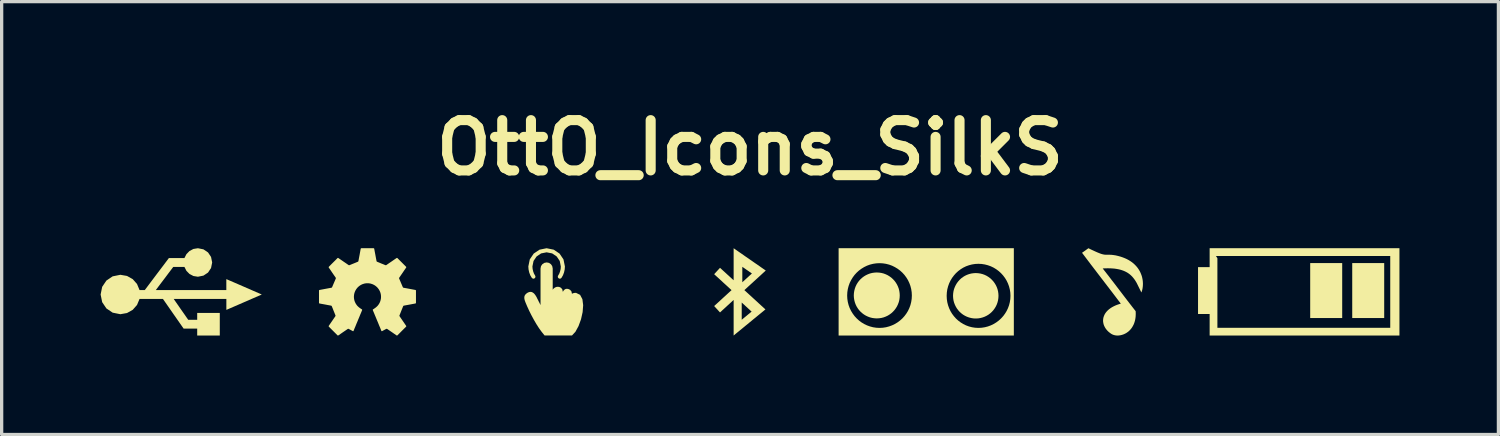
<source format=kicad_pcb>
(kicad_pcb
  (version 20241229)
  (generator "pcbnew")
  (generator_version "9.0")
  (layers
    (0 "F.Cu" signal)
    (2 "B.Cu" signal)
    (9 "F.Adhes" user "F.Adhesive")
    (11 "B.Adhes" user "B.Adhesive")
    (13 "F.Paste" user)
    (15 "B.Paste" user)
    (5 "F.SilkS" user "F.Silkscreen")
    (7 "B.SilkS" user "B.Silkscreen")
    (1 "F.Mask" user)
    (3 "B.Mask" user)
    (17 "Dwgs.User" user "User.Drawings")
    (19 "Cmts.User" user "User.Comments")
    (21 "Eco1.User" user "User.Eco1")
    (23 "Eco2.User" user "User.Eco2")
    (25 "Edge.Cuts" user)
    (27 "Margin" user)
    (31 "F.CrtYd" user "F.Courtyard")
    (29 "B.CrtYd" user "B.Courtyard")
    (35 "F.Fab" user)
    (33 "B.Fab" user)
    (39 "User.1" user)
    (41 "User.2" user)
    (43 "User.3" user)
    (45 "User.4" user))
  (footprint "OttO_Icons_SilkS"
    (layer "F.Cu")
    (at 19.684 5.797)
    (property "Reference" "OttO_Icons_SilkS" (at 0 -4.371 0) (layer "F.SilkS") (effects (font (size 1.524 1.524) (thickness 0.305))))
    (attr smd)
    (fp_poly (pts (xy 7.531 0.119) (xy 7.527 0.189) (xy 7.517 0.258) (xy 7.5 0.324) (xy 7.477 0.387) (xy 7.448 0.447) (xy 7.413 0.504) (xy 7.374 0.557) (xy 7.329 0.606) (xy 7.281 0.65) (xy 7.228 0.69) (xy 7.171 0.724) (xy 7.111 0.753) (xy 7.047 0.776) (xy 6.981 0.793) (xy 6.913 0.804) (xy 6.842 0.807) (xy 6.772 0.804) (xy 6.704 0.793) (xy 6.638 0.776) (xy 6.574 0.753) (xy 6.514 0.724) (xy 6.457 0.69) (xy 6.404 0.65) (xy 6.355 0.606) (xy 6.311 0.557) (xy 6.271 0.504) (xy 6.237 0.447) (xy 6.208 0.387) (xy 6.184 0.324) (xy 6.167 0.258) (xy 6.157 0.189) (xy 6.153 0.119) (xy 6.157 0.049) (xy 6.167 -0.02) (xy 6.184 -0.086) (xy 6.208 -0.149) (xy 6.237 -0.209) (xy 6.271 -0.266) (xy 6.311 -0.319) (xy 6.355 -0.368) (xy 6.404 -0.413) (xy 6.457 -0.452) (xy 6.514 -0.487) (xy 6.575 -0.516) (xy 6.638 -0.539) (xy 6.704 -0.556) (xy 6.772 -0.566) (xy 6.842 -0.57) (xy 6.913 -0.566) (xy 6.981 -0.556) (xy 7.047 -0.539) (xy 7.111 -0.516) (xy 7.171 -0.487) (xy 7.228 -0.452) (xy 7.281 -0.413) (xy 7.329 -0.368) (xy 7.374 -0.319) (xy 7.413 -0.266) (xy 7.448 -0.209) (xy 7.477 -0.149) (xy 7.5 -0.086) (xy 7.517 -0.02) (xy 7.527 0.049) (xy 7.531 0.119)) (stroke (width 0) (type solid)) (fill yes) (layer "F.SilkS"))
    (fp_poly (pts (xy 16.979 0.793) (xy 16.979 0.688) (xy 16.979 0.584) (xy 16.979 0.48) (xy 16.979 0.376) (xy 16.979 0.272) (xy 16.979 0.168) (xy 16.979 0.064) (xy 16.979 -0.04) (xy 16.979 -0.144) (xy 16.979 -0.248) (xy 16.979 -0.353) (xy 16.979 -0.457) (xy 16.979 -0.561) (xy 16.979 -0.665) (xy 16.979 -0.769) (xy 16.979 -0.873) (xy 17.039 -0.873) (xy 17.1 -0.873) (xy 17.16 -0.873) (xy 17.221 -0.873) (xy 17.282 -0.873) (xy 17.342 -0.873) (xy 17.403 -0.873) (xy 17.464 -0.873) (xy 17.524 -0.873) (xy 17.585 -0.873) (xy 17.646 -0.873) (xy 17.706 -0.873) (xy 17.767 -0.873) (xy 17.827 -0.873) (xy 17.888 -0.873) (xy 17.949 -0.873) (xy 17.949 -0.769) (xy 17.949 -0.665) (xy 17.949 -0.561) (xy 17.949 -0.457) (xy 17.949 -0.353) (xy 17.949 -0.248) (xy 17.949 -0.144) (xy 17.949 -0.04) (xy 17.949 0.064) (xy 17.949 0.168) (xy 17.949 0.272) (xy 17.949 0.376) (xy 17.949 0.48) (xy 17.949 0.584) (xy 17.949 0.688) (xy 17.949 0.793) (xy 17.888 0.793) (xy 17.827 0.793) (xy 17.767 0.793) (xy 17.706 0.793) (xy 17.646 0.793) (xy 17.585 0.793) (xy 17.524 0.793) (xy 17.464 0.793) (xy 17.403 0.793) (xy 17.342 0.793) (xy 17.282 0.793) (xy 17.221 0.793) (xy 17.16 0.793) (xy 17.1 0.793) (xy 17.039 0.793) (xy 16.979 0.793)) (stroke (width 0) (type solid)) (fill yes) (layer "F.SilkS"))
    (fp_poly (pts (xy 18.253 0.793) (xy 18.253 0.688) (xy 18.253 0.584) (xy 18.253 0.48) (xy 18.253 0.376) (xy 18.253 0.272) (xy 18.253 0.168) (xy 18.253 0.064) (xy 18.253 -0.04) (xy 18.253 -0.144) (xy 18.253 -0.248) (xy 18.253 -0.353) (xy 18.253 -0.457) (xy 18.253 -0.561) (xy 18.253 -0.665) (xy 18.253 -0.769) (xy 18.253 -0.873) (xy 18.313 -0.873) (xy 18.374 -0.873) (xy 18.435 -0.873) (xy 18.495 -0.873) (xy 18.556 -0.873) (xy 18.616 -0.873) (xy 18.677 -0.873) (xy 18.737 -0.873) (xy 18.798 -0.873) (xy 18.859 -0.873) (xy 18.919 -0.873) (xy 18.98 -0.873) (xy 19.04 -0.873) (xy 19.101 -0.873) (xy 19.162 -0.873) (xy 19.222 -0.873) (xy 19.222 -0.769) (xy 19.222 -0.665) (xy 19.222 -0.561) (xy 19.222 -0.457) (xy 19.222 -0.353) (xy 19.222 -0.248) (xy 19.222 -0.144) (xy 19.222 -0.04) (xy 19.222 0.064) (xy 19.222 0.168) (xy 19.222 0.272) (xy 19.222 0.376) (xy 19.222 0.48) (xy 19.222 0.584) (xy 19.222 0.688) (xy 19.222 0.793) (xy 19.162 0.793) (xy 19.101 0.793) (xy 19.04 0.793) (xy 18.98 0.793) (xy 18.919 0.793) (xy 18.859 0.793) (xy 18.798 0.793) (xy 18.737 0.793) (xy 18.677 0.793) (xy 18.616 0.793) (xy 18.556 0.793) (xy 18.495 0.793) (xy 18.435 0.793) (xy 18.374 0.793) (xy 18.313 0.793) (xy 18.253 0.793)) (stroke (width 0) (type solid)) (fill yes) (layer "F.SilkS"))
    (fp_poly (pts (xy 4.538 0.108) (xy 4.534 0.179) (xy 4.524 0.249) (xy 4.507 0.315) (xy 4.483 0.379) (xy 4.454 0.44) (xy 4.419 0.497) (xy 4.379 0.551) (xy 4.334 0.6) (xy 4.285 0.645) (xy 4.231 0.685) (xy 4.174 0.72) (xy 4.113 0.749) (xy 4.049 0.773) (xy 3.982 0.79) (xy 3.913 0.8) (xy 3.842 0.804) (xy 3.771 0.8) (xy 3.702 0.79) (xy 3.635 0.773) (xy 3.571 0.749) (xy 3.51 0.72) (xy 3.452 0.685) (xy 3.399 0.645) (xy 3.349 0.6) (xy 3.304 0.551) (xy 3.264 0.497) (xy 3.229 0.44) (xy 3.2 0.379) (xy 3.177 0.315) (xy 3.16 0.249) (xy 3.149 0.179) (xy 3.145 0.108) (xy 3.149 0.037) (xy 3.16 -0.032) (xy 3.177 -0.099) (xy 3.2 -0.163) (xy 3.229 -0.224) (xy 3.264 -0.281) (xy 3.304 -0.335) (xy 3.349 -0.384) (xy 3.399 -0.429) (xy 3.452 -0.469) (xy 3.51 -0.504) (xy 3.571 -0.533) (xy 3.635 -0.557) (xy 3.702 -0.574) (xy 3.771 -0.584) (xy 3.842 -0.588) (xy 3.913 -0.584) (xy 3.982 -0.574) (xy 4.049 -0.557) (xy 4.113 -0.533) (xy 4.174 -0.504) (xy 4.231 -0.469) (xy 4.285 -0.429) (xy 4.334 -0.384) (xy 4.379 -0.335) (xy 4.419 -0.281) (xy 4.454 -0.224) (xy 4.483 -0.163) (xy 4.507 -0.099) (xy 4.524 -0.032) (xy 4.534 0.037) (xy 4.538 0.108) (xy 4.538 0.108)) (stroke (width 0) (type solid)) (fill yes) (layer "F.SilkS"))
    (fp_poly (pts (xy -14.799 0.08) (xy -15.067 -0.037) (xy -15.336 -0.154) (xy -15.605 -0.271) (xy -15.874 -0.387) (xy -15.874 -0.304) (xy -15.874 -0.221) (xy -15.874 -0.137) (xy -15.874 -0.054) (xy -16.408 -0.054) (xy -16.943 -0.054) (xy -17.478 -0.054) (xy -18.012 -0.054) (xy -17.88 -0.23) (xy -17.747 -0.405) (xy -17.615 -0.581) (xy -17.482 -0.757) (xy -17.397 -0.757) (xy -17.313 -0.757) (xy -17.228 -0.757) (xy -17.144 -0.757) (xy -17.083 -0.637) (xy -16.99 -0.543) (xy -16.872 -0.481) (xy -16.735 -0.459) (xy -16.567 -0.493) (xy -16.429 -0.585) (xy -16.337 -0.723) (xy -16.303 -0.891) (xy -16.337 -1.059) (xy -16.429 -1.196) (xy -16.567 -1.289) (xy -16.735 -1.323) (xy -16.872 -1.301) (xy -16.99 -1.239) (xy -17.083 -1.144) (xy -17.144 -1.025) (xy -17.262 -1.025) (xy -17.38 -1.025) (xy -17.497 -1.025) (xy -17.615 -1.025) (xy -17.798 -0.782) (xy -17.981 -0.54) (xy -18.164 -0.297) (xy -18.346 -0.054) (xy -18.386 -0.054) (xy -18.425 -0.054) (xy -18.465 -0.054) (xy -18.504 -0.054) (xy -18.581 -0.239) (xy -18.711 -0.386) (xy -18.884 -0.483) (xy -19.086 -0.518) (xy -19.319 -0.471) (xy -19.509 -0.343) (xy -19.637 -0.153) (xy -19.684 0.08) (xy -19.637 0.312) (xy -19.509 0.502) (xy -19.319 0.63) (xy -19.086 0.677) (xy -18.884 0.641) (xy -18.711 0.544) (xy -18.581 0.397) (xy -18.504 0.213) (xy -18.327 0.213) (xy -18.15 0.213) (xy -17.973 0.213) (xy -17.796 0.213) (xy -17.639 0.438) (xy -17.482 0.664) (xy -17.325 0.889) (xy -17.168 1.114) (xy -17.065 1.114) (xy -16.962 1.114) (xy -16.86 1.114) (xy -16.757 1.114) (xy -16.757 1.167) (xy -16.757 1.219) (xy -16.757 1.271) (xy -16.757 1.323) (xy -16.586 1.323) (xy -16.414 1.323) (xy -16.243 1.323) (xy -16.072 1.323) (xy -16.072 1.152) (xy -16.072 0.981) (xy -16.072 0.81) (xy -16.072 0.639) (xy -16.243 0.639) (xy -16.414 0.639) (xy -16.586 0.639) (xy -16.757 0.639) (xy -16.757 0.691) (xy -16.757 0.743) (xy -16.757 0.795) (xy -16.757 0.847) (xy -16.825 0.847) (xy -16.893 0.847) (xy -16.961 0.847) (xy -17.029 0.847) (xy -17.139 0.688) (xy -17.25 0.53) (xy -17.36 0.371) (xy -17.47 0.213) (xy -17.071 0.213) (xy -16.672 0.213) (xy -16.273 0.213) (xy -15.873 0.213) (xy -15.873 0.296) (xy -15.873 0.379) (xy -15.873 0.463) (xy -15.873 0.546) (xy -15.605 0.43) (xy -15.336 0.313) (xy -15.067 0.196) (xy -14.799 0.08)) (stroke (width 0) (type solid)) (fill yes) (layer "F.SilkS"))
    (fp_poly (pts (xy -6.166 -1.323) (xy -6.381 -1.279) (xy -6.557 -1.161) (xy -6.676 -0.985) (xy -6.72 -0.77) (xy -6.689 0.004) (xy -6.72 0.015) (xy -6.75 0.03) (xy -6.781 0.053) (xy -6.806 0.077) (xy -6.825 0.103) (xy -6.837 0.133) (xy -6.842 0.167) (xy -6.84 0.207) (xy -6.83 0.253) (xy -6.811 0.307) (xy -6.756 0.438) (xy -6.694 0.573) (xy -6.626 0.709) (xy -6.553 0.844) (xy -6.477 0.975) (xy -6.396 1.101) (xy -6.312 1.217) (xy -6.227 1.322) (xy -6.123 1.322) (xy -6.019 1.322) (xy -5.916 1.322) (xy -5.812 1.322) (xy -5.708 1.322) (xy -5.604 1.322) (xy -5.501 1.322) (xy -5.397 1.322) (xy -5.291 1.207) (xy -5.198 1.036) (xy -5.123 0.831) (xy -5.074 0.613) (xy -5.058 0.403) (xy -5.081 0.222) (xy -5.151 0.09) (xy -5.273 0.03) (xy -5.288 0.03) (xy -5.305 0.03) (xy -5.322 0.032) (xy -5.339 0.035) (xy -5.356 0.039) (xy -5.371 0.044) (xy -5.385 0.051) (xy -5.397 0.06) (xy -5.414 -0.016) (xy -5.456 -0.063) (xy -5.507 -0.087) (xy -5.551 -0.094) (xy -5.588 -0.088) (xy -5.621 -0.07) (xy -5.649 -0.042) (xy -5.674 -0.002) (xy -5.691 -0.078) (xy -5.731 -0.125) (xy -5.781 -0.149) (xy -5.827 -0.155) (xy -5.872 -0.149) (xy -5.916 -0.13) (xy -5.954 -0.1) (xy -5.969 -0.082) (xy -5.981 -0.063) (xy -5.981 -0.143) (xy -5.981 -0.224) (xy -5.981 -0.305) (xy -5.981 -0.386) (xy -5.981 -0.467) (xy -5.981 -0.547) (xy -5.981 -0.628) (xy -5.981 -0.709) (xy -5.996 -0.781) (xy -6.035 -0.839) (xy -6.094 -0.879) (xy -6.166 -0.893) (xy -6.166 -0.892) (xy -6.238 -0.878) (xy -6.296 -0.838) (xy -6.336 -0.78) (xy -6.35 -0.708) (xy -6.35 -0.639) (xy -6.35 -0.569) (xy -6.35 -0.5) (xy -6.35 -0.431) (xy -6.35 -0.362) (xy -6.35 -0.293) (xy -6.35 -0.223) (xy -6.35 -0.154) (xy -6.35 -0.085) (xy -6.35 -0.016) (xy -6.35 0.053) (xy -6.35 0.123) (xy -6.35 0.192) (xy -6.35 0.261) (xy -6.35 0.33) (xy -6.35 0.399) (xy -6.354 0.392) (xy -6.358 0.384) (xy -6.362 0.376) (xy -6.366 0.368) (xy -6.37 0.361) (xy -6.373 0.353) (xy -6.377 0.345) (xy -6.381 0.337) (xy -6.397 0.307) (xy -6.412 0.276) (xy -6.427 0.245) (xy -6.443 0.215) (xy -6.458 0.184) (xy -6.473 0.153) (xy -6.511 0.092) (xy -6.548 0.048) (xy -6.585 0.02) (xy -6.621 0.004) (xy -6.655 -0.000254) (xy -6.689 0.004) (xy -6.72 -0.77) (xy -6.713 -0.678) (xy -6.693 -0.588) (xy -6.661 -0.503) (xy -6.615 -0.426) (xy -6.597 -0.41) (xy -6.575 -0.401) (xy -6.552 -0.401) (xy -6.529 -0.412) (xy -6.513 -0.429) (xy -6.505 -0.451) (xy -6.506 -0.475) (xy -6.516 -0.497) (xy -6.549 -0.554) (xy -6.574 -0.623) (xy -6.59 -0.696) (xy -6.596 -0.769) (xy -6.562 -0.937) (xy -6.47 -1.073) (xy -6.333 -1.166) (xy -6.166 -1.199) (xy -5.997 -1.166) (xy -5.86 -1.073) (xy -5.768 -0.937) (xy -5.735 -0.769) (xy -5.74 -0.696) (xy -5.757 -0.623) (xy -5.782 -0.554) (xy -5.815 -0.497) (xy -5.825 -0.475) (xy -5.826 -0.451) (xy -5.818 -0.429) (xy -5.801 -0.412) (xy -5.779 -0.401) (xy -5.755 -0.401) (xy -5.733 -0.409) (xy -5.715 -0.426) (xy -5.67 -0.503) (xy -5.638 -0.588) (xy -5.618 -0.678) (xy -5.611 -0.77) (xy -5.655 -0.985) (xy -5.774 -1.161) (xy -5.95 -1.279) (xy -6.166 -1.323) (xy -6.166 -1.323)) (stroke (width 0) (type solid)) (fill yes) (layer "F.SilkS"))
    (fp_poly (pts (xy 11.862 0.018) (xy 11.722 -0.266) (xy 11.703 -0.299) (xy 11.683 -0.332) (xy 11.662 -0.364) (xy 11.639 -0.396) (xy 11.615 -0.426) (xy 11.59 -0.456) (xy 11.563 -0.484) (xy 11.534 -0.511) (xy 11.503 -0.537) (xy 11.47 -0.561) (xy 11.435 -0.584) (xy 11.397 -0.605) (xy 11.356 -0.625) (xy 11.313 -0.643) (xy 11.267 -0.659) (xy 11.217 -0.674) (xy 11.164 -0.686) (xy 11.108 -0.696) (xy 11.048 -0.705) (xy 10.985 -0.71) (xy 10.917 -0.714) (xy 10.845 -0.715) (xy 10.77 -0.714) (xy 10.689 -0.71) (xy 10.693 -0.705) (xy 10.697 -0.7) (xy 10.701 -0.695) (xy 10.705 -0.69) (xy 10.709 -0.685) (xy 10.713 -0.68) (xy 10.717 -0.675) (xy 10.721 -0.67) (xy 10.752 -0.63) (xy 10.784 -0.59) (xy 10.815 -0.549) (xy 10.847 -0.509) (xy 10.878 -0.469) (xy 10.909 -0.428) (xy 10.94 -0.388) (xy 10.971 -0.347) (xy 11.003 -0.307) (xy 11.034 -0.266) (xy 11.065 -0.226) (xy 11.096 -0.185) (xy 11.127 -0.144) (xy 11.158 -0.104) (xy 11.189 -0.063) (xy 11.22 -0.022) (xy 11.251 0.018) (xy 11.282 0.059) (xy 11.313 0.1) (xy 11.344 0.14) (xy 11.375 0.181) (xy 11.391 0.201) (xy 11.406 0.221) (xy 11.422 0.242) (xy 11.437 0.262) (xy 11.441 0.267) (xy 11.445 0.272) (xy 11.449 0.277) (xy 11.453 0.282) (xy 11.457 0.287) (xy 11.461 0.292) (xy 11.465 0.297) (xy 11.469 0.302) (xy 11.472 0.307) (xy 11.476 0.312) (xy 11.48 0.317) (xy 11.484 0.323) (xy 11.488 0.328) (xy 11.492 0.333) (xy 11.496 0.338) (xy 11.5 0.343) (xy 11.515 0.363) (xy 11.531 0.383) (xy 11.547 0.403) (xy 11.562 0.423) (xy 11.578 0.444) (xy 11.594 0.464) (xy 11.609 0.484) (xy 11.625 0.504) (xy 11.641 0.524) (xy 11.656 0.544) (xy 11.672 0.564) (xy 11.688 0.584) (xy 11.691 0.644) (xy 11.69 0.702) (xy 11.687 0.756) (xy 11.68 0.809) (xy 11.671 0.858) (xy 11.658 0.905) (xy 11.644 0.949) (xy 11.627 0.99) (xy 11.607 1.029) (xy 11.586 1.066) (xy 11.563 1.1) (xy 11.539 1.131) (xy 11.512 1.16) (xy 11.485 1.187) (xy 11.456 1.211) (xy 11.426 1.232) (xy 11.396 1.252) (xy 11.364 1.268) (xy 11.333 1.283) (xy 11.3 1.295) (xy 11.268 1.305) (xy 11.236 1.313) (xy 11.204 1.318) (xy 11.172 1.322) (xy 11.14 1.323) (xy 11.11 1.322) (xy 11.08 1.319) (xy 11.051 1.313) (xy 11.023 1.306) (xy 10.997 1.296) (xy 10.972 1.285) (xy 10.948 1.271) (xy 10.915 1.248) (xy 10.883 1.223) (xy 10.854 1.198) (xy 10.827 1.17) (xy 10.803 1.142) (xy 10.781 1.113) (xy 10.762 1.083) (xy 10.745 1.052) (xy 10.731 1.021) (xy 10.719 0.989) (xy 10.711 0.956) (xy 10.705 0.923) (xy 10.701 0.89) (xy 10.701 0.857) (xy 10.704 0.824) (xy 10.709 0.79) (xy 10.718 0.757) (xy 10.73 0.725) (xy 10.744 0.692) (xy 10.762 0.66) (xy 10.783 0.629) (xy 10.807 0.599) (xy 10.835 0.569) (xy 10.866 0.54) (xy 10.9 0.513) (xy 10.938 0.486) (xy 10.979 0.461) (xy 11.024 0.437) (xy 11.072 0.414) (xy 11.124 0.393) (xy 11.179 0.374) (xy 11.238 0.357) (xy 11.22 0.332) (xy 11.201 0.307) (xy 11.182 0.282) (xy 11.163 0.258) (xy 11.145 0.233) (xy 11.126 0.209) (xy 11.089 0.16) (xy 11.052 0.111) (xy 11.015 0.063) (xy 10.979 0.015) (xy 10.942 -0.033) (xy 10.905 -0.081) (xy 10.869 -0.129) (xy 10.832 -0.176) (xy 10.796 -0.224) (xy 10.759 -0.271) (xy 10.723 -0.319) (xy 10.687 -0.366) (xy 10.65 -0.413) (xy 10.614 -0.461) (xy 10.578 -0.508) (xy 10.541 -0.556) (xy 10.505 -0.603) (xy 10.469 -0.651) (xy 10.432 -0.698) (xy 10.396 -0.746) (xy 10.359 -0.794) (xy 10.322 -0.842) (xy 10.286 -0.891) (xy 10.249 -0.939) (xy 10.212 -0.988) (xy 10.175 -1.037) (xy 10.138 -1.086) (xy 10.1 -1.136) (xy 10.063 -1.185) (xy 10.112 -1.219) (xy 10.16 -1.253) (xy 10.208 -1.288) (xy 10.257 -1.323) (xy 10.312 -1.296) (xy 10.362 -1.272) (xy 10.408 -1.251) (xy 10.451 -1.231) (xy 10.489 -1.214) (xy 10.525 -1.198) (xy 10.557 -1.185) (xy 10.587 -1.173) (xy 10.613 -1.163) (xy 10.638 -1.154) (xy 10.66 -1.147) (xy 10.681 -1.141) (xy 10.7 -1.137) (xy 10.717 -1.133) (xy 10.734 -1.13) (xy 10.749 -1.128) (xy 10.764 -1.127) (xy 10.779 -1.126) (xy 10.793 -1.126) (xy 10.807 -1.126) (xy 10.822 -1.126) (xy 10.837 -1.126) (xy 10.854 -1.126) (xy 10.871 -1.126) (xy 10.889 -1.126) (xy 10.91 -1.125) (xy 10.932 -1.124) (xy 10.956 -1.123) (xy 10.982 -1.12) (xy 11.011 -1.117) (xy 11.043 -1.112) (xy 11.077 -1.107) (xy 11.155 -1.089) (xy 11.228 -1.069) (xy 11.296 -1.046) (xy 11.36 -1.021) (xy 11.42 -0.994) (xy 11.476 -0.964) (xy 11.528 -0.932) (xy 11.576 -0.899) (xy 11.62 -0.864) (xy 11.66 -0.827) (xy 11.697 -0.789) (xy 11.731 -0.75) (xy 11.761 -0.71) (xy 11.788 -0.669) (xy 11.812 -0.628) (xy 11.833 -0.586) (xy 11.851 -0.543) (xy 11.867 -0.501) (xy 11.88 -0.459) (xy 11.89 -0.416) (xy 11.898 -0.374) (xy 11.904 -0.333) (xy 11.907 -0.292) (xy 11.909 -0.252) (xy 11.908 -0.213) (xy 11.906 -0.175) (xy 11.902 -0.139) (xy 11.897 -0.104) (xy 11.89 -0.07) (xy 11.882 -0.039) (xy 11.872 -0.009) (xy 11.869 -0.002) (xy 11.867 0.005) (xy 11.864 0.012) (xy 11.861 0.018) (xy 11.862 0.018)) (stroke (width 0) (type solid)) (fill yes) (layer "F.SilkS"))
    (fp_poly (pts (xy -0.497 -1.323) (xy 0.057 -0.558) (xy 0.039 -0.57) (xy 0.021 -0.583) (xy 0.003 -0.596) (xy -0.016 -0.608) (xy -0.034 -0.621) (xy -0.052 -0.634) (xy -0.07 -0.646) (xy -0.088 -0.659) (xy -0.107 -0.671) (xy -0.125 -0.684) (xy -0.143 -0.697) (xy -0.161 -0.709) (xy -0.179 -0.722) (xy -0.198 -0.735) (xy -0.216 -0.747) (xy -0.234 -0.76) (xy -0.234 -0.731) (xy -0.234 -0.701) (xy -0.234 -0.672) (xy -0.234 -0.643) (xy -0.234 -0.613) (xy -0.234 -0.584) (xy -0.234 -0.555) (xy -0.234 -0.526) (xy -0.234 -0.496) (xy -0.234 -0.467) (xy -0.234 -0.438) (xy -0.234 -0.408) (xy -0.234 -0.379) (xy -0.234 -0.35) (xy -0.234 -0.321) (xy -0.234 -0.291) (xy -0.216 -0.308) (xy -0.198 -0.325) (xy -0.179 -0.341) (xy -0.161 -0.358) (xy -0.143 -0.375) (xy -0.125 -0.391) (xy -0.107 -0.408) (xy -0.088 -0.424) (xy -0.07 -0.441) (xy -0.052 -0.458) (xy -0.034 -0.474) (xy -0.016 -0.491) (xy 0.003 -0.508) (xy 0.021 -0.524) (xy 0.039 -0.541) (xy 0.057 -0.558) (xy -0.497 -1.323) (xy -0.027 0.529) (xy -0.046 0.512) (xy -0.065 0.495) (xy -0.083 0.477) (xy -0.102 0.46) (xy -0.121 0.443) (xy -0.14 0.426) (xy -0.158 0.408) (xy -0.177 0.391) (xy -0.196 0.374) (xy -0.215 0.357) (xy -0.233 0.34) (xy -0.252 0.322) (xy -0.252 0.355) (xy -0.252 0.388) (xy -0.252 0.42) (xy -0.252 0.453) (xy -0.252 0.486) (xy -0.252 0.518) (xy -0.252 0.551) (xy -0.252 0.584) (xy -0.252 0.616) (xy -0.252 0.649) (xy -0.252 0.682) (xy -0.252 0.714) (xy -0.252 0.747) (xy -0.252 0.78) (xy -0.252 0.812) (xy -0.252 0.845) (xy -0.233 0.83) (xy -0.215 0.814) (xy -0.196 0.799) (xy -0.177 0.783) (xy -0.158 0.768) (xy -0.14 0.753) (xy -0.121 0.737) (xy -0.102 0.722) (xy -0.083 0.706) (xy -0.065 0.691) (xy -0.046 0.675) (xy -0.027 0.66) (xy -0.008 0.645) (xy 0.01 0.629) (xy 0.029 0.614) (xy 0.048 0.598) (xy 0.029 0.581) (xy 0.01 0.564) (xy -0.008 0.546) (xy -0.027 0.529) (xy -0.497 -1.323) (xy -0.436 -1.281) (xy -0.375 -1.238) (xy -0.314 -1.196) (xy -0.253 -1.154) (xy -0.193 -1.112) (xy -0.132 -1.069) (xy -0.071 -1.027) (xy -0.01 -0.985) (xy 0.051 -0.943) (xy 0.112 -0.9) (xy 0.173 -0.858) (xy 0.234 -0.816) (xy 0.295 -0.774) (xy 0.355 -0.731) (xy 0.416 -0.689) (xy 0.477 -0.647) (xy 0.437 -0.61) (xy 0.396 -0.573) (xy 0.356 -0.536) (xy 0.315 -0.498) (xy 0.274 -0.461) (xy 0.234 -0.424) (xy 0.193 -0.387) (xy 0.153 -0.35) (xy 0.112 -0.313) (xy 0.072 -0.276) (xy 0.031 -0.239) (xy -0.009 -0.202) (xy -0.05 -0.165) (xy -0.091 -0.127) (xy -0.131 -0.09) (xy -0.172 -0.053) (xy -0.132 -0.017) (xy -0.092 0.02) (xy -0.052 0.056) (xy -0.012 0.093) (xy 0.028 0.129) (xy 0.068 0.166) (xy 0.108 0.203) (xy 0.148 0.239) (xy 0.188 0.276) (xy 0.228 0.312) (xy 0.267 0.349) (xy 0.307 0.385) (xy 0.347 0.422) (xy 0.387 0.458) (xy 0.427 0.495) (xy 0.467 0.531) (xy 0.407 0.581) (xy 0.347 0.63) (xy 0.286 0.68) (xy 0.226 0.729) (xy 0.166 0.779) (xy 0.105 0.828) (xy 0.045 0.878) (xy -0.015 0.927) (xy -0.075 0.977) (xy -0.136 1.026) (xy -0.196 1.076) (xy -0.256 1.125) (xy -0.316 1.174) (xy -0.377 1.224) (xy -0.437 1.273) (xy -0.497 1.323) (xy -0.497 1.255) (xy -0.497 1.188) (xy -0.497 1.121) (xy -0.497 1.053) (xy -0.497 0.986) (xy -0.497 0.919) (xy -0.497 0.851) (xy -0.497 0.784) (xy -0.497 0.716) (xy -0.497 0.649) (xy -0.497 0.582) (xy -0.497 0.514) (xy -0.497 0.447) (xy -0.497 0.379) (xy -0.497 0.312) (xy -0.497 0.245) (xy -0.523 0.268) (xy -0.549 0.292) (xy -0.574 0.316) (xy -0.6 0.339) (xy -0.626 0.363) (xy -0.652 0.387) (xy -0.678 0.41) (xy -0.704 0.434) (xy -0.729 0.458) (xy -0.755 0.481) (xy -0.781 0.505) (xy -0.807 0.529) (xy -0.833 0.552) (xy -0.858 0.576) (xy -0.884 0.6) (xy -0.91 0.623) (xy -0.921 0.611) (xy -0.932 0.599) (xy -0.943 0.587) (xy -0.954 0.575) (xy -0.965 0.563) (xy -0.976 0.551) (xy -0.987 0.538) (xy -0.999 0.526) (xy -1.01 0.514) (xy -1.021 0.502) (xy -1.032 0.49) (xy -1.043 0.478) (xy -1.054 0.466) (xy -1.065 0.454) (xy -1.076 0.442) (xy -1.087 0.429) (xy -1.054 0.399) (xy -1.021 0.369) (xy -0.988 0.339) (xy -0.955 0.309) (xy -0.922 0.279) (xy -0.889 0.248) (xy -0.856 0.218) (xy -0.824 0.188) (xy -0.791 0.158) (xy -0.758 0.128) (xy -0.725 0.098) (xy -0.692 0.067) (xy -0.659 0.037) (xy -0.626 0.007) (xy -0.593 -0.023) (xy -0.56 -0.053) (xy -0.593 -0.083) (xy -0.626 -0.113) (xy -0.659 -0.144) (xy -0.692 -0.174) (xy -0.725 -0.204) (xy -0.758 -0.234) (xy -0.791 -0.264) (xy -0.824 -0.294) (xy -0.856 -0.325) (xy -0.889 -0.355) (xy -0.922 -0.385) (xy -0.955 -0.415) (xy -0.988 -0.445) (xy -1.021 -0.475) (xy -1.054 -0.505) (xy -1.087 -0.536) (xy -1.076 -0.548) (xy -1.065 -0.56) (xy -1.054 -0.572) (xy -1.043 -0.584) (xy -1.032 -0.596) (xy -1.021 -0.608) (xy -1.01 -0.62) (xy -0.999 -0.633) (xy -0.987 -0.645) (xy -0.976 -0.657) (xy -0.965 -0.669) (xy -0.954 -0.681) (xy -0.943 -0.693) (xy -0.932 -0.705) (xy -0.921 -0.717) (xy -0.91 -0.729) (xy -0.884 -0.706) (xy -0.858 -0.682) (xy -0.833 -0.659) (xy -0.807 -0.635) (xy -0.781 -0.612) (xy -0.755 -0.588) (xy -0.729 -0.564) (xy -0.704 -0.541) (xy -0.678 -0.517) (xy -0.652 -0.494) (xy -0.626 -0.47) (xy -0.6 -0.446) (xy -0.574 -0.423) (xy -0.549 -0.399) (xy -0.523 -0.376) (xy -0.497 -0.352) (xy -0.497 -0.413) (xy -0.497 -0.473) (xy -0.497 -0.534) (xy -0.497 -0.595) (xy -0.497 -0.656) (xy -0.497 -0.716) (xy -0.497 -0.777) (xy -0.497 -0.838) (xy -0.497 -0.898) (xy -0.497 -0.959) (xy -0.497 -1.02) (xy -0.497 -1.08) (xy -0.497 -1.141) (xy -0.497 -1.202) (xy -0.497 -1.262) (xy -0.497 -1.323)) (stroke (width 0) (type solid)) (fill yes) (layer "F.SilkS"))
    (fp_poly (pts (xy 2.685 -1.323) (xy 3.925 -0.87) (xy 4.025 -0.865) (xy 4.122 -0.85) (xy 4.216 -0.826) (xy 4.306 -0.793) (xy 4.391 -0.751) (xy 4.472 -0.702) (xy 4.548 -0.646) (xy 4.618 -0.582) (xy 4.681 -0.513) (xy 4.737 -0.437) (xy 4.787 -0.356) (xy 4.828 -0.27) (xy 4.861 -0.18) (xy 4.885 -0.086) (xy 4.9 0.011) (xy 4.905 0.111) (xy 4.9 0.211) (xy 4.885 0.308) (xy 4.861 0.402) (xy 4.828 0.492) (xy 4.787 0.578) (xy 4.737 0.659) (xy 4.681 0.734) (xy 4.618 0.804) (xy 4.548 0.867) (xy 4.472 0.924) (xy 4.391 0.973) (xy 4.306 1.014) (xy 4.216 1.047) (xy 4.122 1.072) (xy 4.025 1.087) (xy 3.925 1.092) (xy 3.825 1.087) (xy 3.727 1.072) (xy 3.633 1.047) (xy 3.543 1.014) (xy 3.458 0.973) (xy 3.377 0.924) (xy 3.301 0.867) (xy 3.232 0.804) (xy 3.168 0.734) (xy 3.112 0.658) (xy 3.063 0.578) (xy 3.021 0.492) (xy 2.988 0.402) (xy 2.964 0.308) (xy 2.949 0.211) (xy 2.944 0.111) (xy 2.949 0.011) (xy 2.964 -0.087) (xy 2.988 -0.18) (xy 3.021 -0.271) (xy 3.063 -0.356) (xy 3.112 -0.437) (xy 3.168 -0.513) (xy 3.231 -0.582) (xy 3.301 -0.646) (xy 3.377 -0.702) (xy 3.457 -0.751) (xy 3.543 -0.793) (xy 3.633 -0.826) (xy 3.727 -0.85) (xy 3.825 -0.865) (xy 3.925 -0.87) (xy 3.925 -0.87) (xy 2.685 -1.323) (xy 7.021 -0.846) (xy 7.117 -0.831) (xy 7.21 -0.807) (xy 7.299 -0.775) (xy 7.384 -0.734) (xy 7.464 -0.685) (xy 7.539 -0.629) (xy 7.608 -0.566) (xy 7.671 -0.497) (xy 7.727 -0.422) (xy 7.776 -0.342) (xy 7.817 -0.257) (xy 7.85 -0.168) (xy 7.874 -0.075) (xy 7.889 0.021) (xy 7.894 0.12) (xy 7.889 0.219) (xy 7.874 0.315) (xy 7.85 0.408) (xy 7.817 0.497) (xy 7.776 0.582) (xy 7.727 0.662) (xy 7.671 0.737) (xy 7.608 0.806) (xy 7.539 0.869) (xy 7.464 0.925) (xy 7.384 0.974) (xy 7.299 1.015) (xy 7.21 1.048) (xy 7.117 1.072) (xy 7.021 1.087) (xy 6.922 1.092) (xy 6.823 1.087) (xy 6.727 1.072) (xy 6.635 1.048) (xy 6.546 1.015) (xy 6.462 0.974) (xy 6.383 0.925) (xy 6.309 0.869) (xy 6.24 0.806) (xy 6.179 0.737) (xy 6.123 0.662) (xy 6.075 0.582) (xy 6.035 0.497) (xy 6.003 0.408) (xy 5.979 0.315) (xy 5.965 0.219) (xy 5.96 0.12) (xy 5.965 0.021) (xy 5.979 -0.075) (xy 6.003 -0.168) (xy 6.035 -0.257) (xy 6.075 -0.342) (xy 6.123 -0.422) (xy 6.179 -0.497) (xy 6.24 -0.566) (xy 6.309 -0.629) (xy 6.383 -0.685) (xy 6.462 -0.734) (xy 6.546 -0.775) (xy 6.635 -0.807) (xy 6.727 -0.831) (xy 6.823 -0.846) (xy 6.922 -0.851) (xy 6.922 -0.851) (xy 7.021 -0.846) (xy 2.685 -1.323) (xy 2.685 -1.24) (xy 2.685 -1.158) (xy 2.685 -1.075) (xy 2.685 -0.992) (xy 2.685 -0.91) (xy 2.685 -0.827) (xy 2.685 -0.744) (xy 2.685 -0.662) (xy 2.685 -0.579) (xy 2.685 -0.496) (xy 2.685 -0.413) (xy 2.685 -0.331) (xy 2.685 -0.248) (xy 2.685 -0.165) (xy 2.685 -0.083) (xy 2.685 -0.000056) (xy 2.685 0.083) (xy 2.685 0.165) (xy 2.685 0.248) (xy 2.685 0.331) (xy 2.685 0.413) (xy 2.685 0.496) (xy 2.685 0.579) (xy 2.685 0.661) (xy 2.685 0.744) (xy 2.685 0.827) (xy 2.685 0.909) (xy 2.685 0.992) (xy 2.685 1.075) (xy 2.685 1.157) (xy 2.685 1.24) (xy 2.685 1.323) (xy 2.768 1.323) (xy 2.851 1.323) (xy 2.934 1.323) (xy 3.017 1.323) (xy 3.1 1.323) (xy 3.183 1.323) (xy 3.266 1.323) (xy 3.349 1.323) (xy 3.432 1.323) (xy 3.515 1.323) (xy 3.598 1.323) (xy 3.681 1.323) (xy 3.764 1.323) (xy 3.847 1.323) (xy 3.93 1.323) (xy 4.013 1.323) (xy 4.096 1.323) (xy 4.179 1.323) (xy 4.262 1.323) (xy 4.345 1.323) (xy 4.428 1.323) (xy 4.511 1.323) (xy 4.594 1.323) (xy 4.677 1.323) (xy 4.76 1.323) (xy 4.843 1.323) (xy 4.926 1.323) (xy 5.009 1.323) (xy 5.092 1.323) (xy 5.175 1.323) (xy 5.258 1.323) (xy 5.341 1.323) (xy 5.424 1.323) (xy 5.506 1.323) (xy 5.589 1.323) (xy 5.672 1.323) (xy 5.755 1.323) (xy 5.838 1.323) (xy 5.921 1.323) (xy 6.004 1.323) (xy 6.087 1.323) (xy 6.17 1.323) (xy 6.253 1.323) (xy 6.336 1.323) (xy 6.419 1.323) (xy 6.502 1.323) (xy 6.585 1.323) (xy 6.668 1.323) (xy 6.751 1.323) (xy 6.834 1.323) (xy 6.917 1.323) (xy 7 1.323) (xy 7.083 1.323) (xy 7.166 1.323) (xy 7.249 1.323) (xy 7.332 1.323) (xy 7.415 1.323) (xy 7.498 1.323) (xy 7.581 1.323) (xy 7.664 1.323) (xy 7.747 1.323) (xy 7.83 1.323) (xy 7.913 1.323) (xy 7.996 1.323) (xy 7.996 1.157) (xy 7.996 0.992) (xy 7.996 0.827) (xy 7.996 0.661) (xy 7.996 0.496) (xy 7.996 0.331) (xy 7.996 0.165) (xy 7.996 -0.000056) (xy 7.996 -0.165) (xy 7.996 -0.331) (xy 7.996 -0.496) (xy 7.996 -0.662) (xy 7.996 -0.827) (xy 7.996 -0.992) (xy 7.996 -1.158) (xy 7.996 -1.323) (xy 7.913 -1.323) (xy 7.83 -1.323) (xy 7.747 -1.323) (xy 7.664 -1.323) (xy 7.581 -1.323) (xy 7.498 -1.323) (xy 7.415 -1.323) (xy 7.332 -1.323) (xy 7.249 -1.323) (xy 7.166 -1.323) (xy 7.083 -1.323) (xy 7 -1.323) (xy 6.917 -1.323) (xy 6.834 -1.323) (xy 6.751 -1.323) (xy 6.668 -1.323) (xy 6.585 -1.323) (xy 6.502 -1.323) (xy 6.419 -1.323) (xy 6.336 -1.323) (xy 6.253 -1.323) (xy 6.17 -1.323) (xy 6.087 -1.323) (xy 6.004 -1.323) (xy 5.921 -1.323) (xy 5.838 -1.323) (xy 5.755 -1.323) (xy 5.672 -1.323) (xy 5.589 -1.323) (xy 5.506 -1.323) (xy 5.424 -1.323) (xy 5.341 -1.323) (xy 5.258 -1.323) (xy 5.175 -1.323) (xy 5.092 -1.323) (xy 5.009 -1.323) (xy 4.926 -1.323) (xy 4.843 -1.323) (xy 4.76 -1.323) (xy 4.677 -1.323) (xy 4.594 -1.323) (xy 4.511 -1.323) (xy 4.428 -1.323) (xy 4.345 -1.323) (xy 4.262 -1.323) (xy 4.179 -1.323) (xy 4.096 -1.323) (xy 4.013 -1.323) (xy 3.93 -1.323) (xy 3.847 -1.323) (xy 3.764 -1.323) (xy 3.681 -1.323) (xy 3.598 -1.323) (xy 3.515 -1.323) (xy 3.432 -1.323) (xy 3.349 -1.323) (xy 3.266 -1.323) (xy 3.183 -1.323) (xy 3.1 -1.323) (xy 3.017 -1.323) (xy 2.934 -1.323) (xy 2.851 -1.323) (xy 2.768 -1.323) (xy 2.685 -1.323)) (stroke (width 0) (type solid)) (fill yes) (layer "F.SilkS"))
    (fp_poly (pts (xy -10.142 -0.058) (xy -10.232 -0.075) (xy -10.323 -0.092) (xy -10.413 -0.109) (xy -10.503 -0.125) (xy -10.51 -0.128) (xy -10.516 -0.132) (xy -10.521 -0.138) (xy -10.525 -0.144) (xy -10.552 -0.208) (xy -10.58 -0.273) (xy -10.607 -0.337) (xy -10.635 -0.402) (xy -10.636 -0.405) (xy -10.637 -0.409) (xy -10.638 -0.412) (xy -10.638 -0.416) (xy -10.637 -0.42) (xy -10.636 -0.423) (xy -10.635 -0.427) (xy -10.633 -0.43) (xy -10.607 -0.468) (xy -10.581 -0.506) (xy -10.528 -0.583) (xy -10.476 -0.66) (xy -10.423 -0.736) (xy -10.42 -0.742) (xy -10.42 -0.749) (xy -10.422 -0.756) (xy -10.425 -0.761) (xy -10.491 -0.827) (xy -10.557 -0.893) (xy -10.622 -0.958) (xy -10.688 -1.024) (xy -10.694 -1.028) (xy -10.7 -1.029) (xy -10.707 -1.029) (xy -10.713 -1.026) (xy -10.791 -0.973) (xy -10.869 -0.919) (xy -10.947 -0.866) (xy -11.025 -0.812) (xy -11.031 -0.809) (xy -11.039 -0.808) (xy -11.046 -0.808) (xy -11.053 -0.81) (xy -11.115 -0.836) (xy -11.178 -0.861) (xy -11.24 -0.887) (xy -11.303 -0.913) (xy -11.309 -0.916) (xy -11.315 -0.921) (xy -11.319 -0.927) (xy -11.321 -0.934) (xy -11.339 -1.027) (xy -11.356 -1.12) (xy -11.374 -1.214) (xy -11.391 -1.307) (xy -11.393 -1.313) (xy -11.398 -1.318) (xy -11.403 -1.322) (xy -11.41 -1.323) (xy -11.503 -1.323) (xy -11.596 -1.323) (xy -11.689 -1.323) (xy -11.782 -1.323) (xy -11.788 -1.322) (xy -11.794 -1.318) (xy -11.798 -1.313) (xy -11.801 -1.307) (xy -11.818 -1.214) (xy -11.835 -1.12) (xy -11.853 -1.027) (xy -11.87 -0.934) (xy -11.873 -0.927) (xy -11.877 -0.921) (xy -11.882 -0.916) (xy -11.889 -0.913) (xy -11.951 -0.887) (xy -12.014 -0.861) (xy -12.045 -0.849) (xy -12.076 -0.836) (xy -12.139 -0.81) (xy -12.146 -0.808) (xy -12.153 -0.808) (xy -12.161 -0.809) (xy -12.167 -0.812) (xy -12.245 -0.866) (xy -12.323 -0.919) (xy -12.401 -0.973) (xy -12.479 -1.026) (xy -12.485 -1.029) (xy -12.492 -1.029) (xy -12.498 -1.028) (xy -12.504 -1.024) (xy -12.569 -0.958) (xy -12.635 -0.893) (xy -12.701 -0.827) (xy -12.766 -0.761) (xy -12.77 -0.756) (xy -12.772 -0.749) (xy -12.771 -0.742) (xy -12.769 -0.736) (xy -12.716 -0.66) (xy -12.664 -0.583) (xy -12.611 -0.506) (xy -12.558 -0.43) (xy -12.555 -0.423) (xy -12.554 -0.416) (xy -12.554 -0.409) (xy -12.557 -0.402) (xy -12.584 -0.337) (xy -12.612 -0.273) (xy -12.64 -0.208) (xy -12.667 -0.144) (xy -12.671 -0.138) (xy -12.676 -0.132) (xy -12.682 -0.128) (xy -12.689 -0.125) (xy -12.779 -0.109) (xy -12.869 -0.092) (xy -12.959 -0.075) (xy -13.05 -0.058) (xy -13.056 -0.056) (xy -13.061 -0.051) (xy -13.064 -0.046) (xy -13.065 -0.039) (xy -13.065 0.054) (xy -13.065 0.147) (xy -13.065 0.24) (xy -13.065 0.333) (xy -13.064 0.339) (xy -13.061 0.345) (xy -13.056 0.349) (xy -13.05 0.352) (xy -12.962 0.368) (xy -12.874 0.384) (xy -12.786 0.401) (xy -12.697 0.417) (xy -12.691 0.42) (xy -12.685 0.424) (xy -12.68 0.43) (xy -12.677 0.436) (xy -12.649 0.504) (xy -12.622 0.573) (xy -12.594 0.642) (xy -12.567 0.71) (xy -12.565 0.717) (xy -12.564 0.725) (xy -12.566 0.732) (xy -12.569 0.738) (xy -12.619 0.811) (xy -12.669 0.884) (xy -12.719 0.957) (xy -12.769 1.03) (xy -12.771 1.036) (xy -12.772 1.043) (xy -12.77 1.049) (xy -12.766 1.055) (xy -12.701 1.12) (xy -12.635 1.186) (xy -12.569 1.252) (xy -12.504 1.317) (xy -12.498 1.321) (xy -12.492 1.323) (xy -12.485 1.322) (xy -12.479 1.32) (xy -12.407 1.27) (xy -12.336 1.221) (xy -12.264 1.172) (xy -12.192 1.123) (xy -12.186 1.12) (xy -12.179 1.119) (xy -12.172 1.12) (xy -12.165 1.122) (xy -12.133 1.139) (xy -12.102 1.156) (xy -12.07 1.173) (xy -12.039 1.19) (xy -12.038 1.19) (xy -12.037 1.19) (xy -12.037 1.191) (xy -12.036 1.191) (xy -12.035 1.191) (xy -12.034 1.191) (xy -12.033 1.191) (xy -12.033 1.191) (xy -12.032 1.191) (xy -12.031 1.191) (xy -12.03 1.191) (xy -12.03 1.191) (xy -12.029 1.191) (xy -12.028 1.191) (xy -12.027 1.191) (xy -12.027 1.19) (xy -12.026 1.19) (xy -12.025 1.19) (xy -12.025 1.19) (xy -12.024 1.189) (xy -12.023 1.189) (xy -12.023 1.188) (xy -12.022 1.188) (xy -12.022 1.187) (xy -12.021 1.187) (xy -12.021 1.186) (xy -12.02 1.185) (xy -12.02 1.185) (xy -12.019 1.184) (xy -12.019 1.183) (xy -12.019 1.183) (xy -12.018 1.182) (xy -12.002 1.143) (xy -11.986 1.103) (xy -11.969 1.064) (xy -11.953 1.025) (xy -11.937 0.985) (xy -11.921 0.946) (xy -11.904 0.907) (xy -11.888 0.868) (xy -11.872 0.828) (xy -11.855 0.789) (xy -11.839 0.75) (xy -11.823 0.71) (xy -11.807 0.671) (xy -11.79 0.632) (xy -11.774 0.592) (xy -11.758 0.553) (xy -11.757 0.551) (xy -11.757 0.55) (xy -11.757 0.548) (xy -11.757 0.547) (xy -11.757 0.545) (xy -11.757 0.543) (xy -11.757 0.542) (xy -11.758 0.54) (xy -11.758 0.538) (xy -11.759 0.537) (xy -11.76 0.535) (xy -11.761 0.534) (xy -11.762 0.533) (xy -11.763 0.532) (xy -11.764 0.531) (xy -11.765 0.53) (xy -11.767 0.528) (xy -11.769 0.527) (xy -11.771 0.526) (xy -11.773 0.525) (xy -11.775 0.524) (xy -11.777 0.522) (xy -11.779 0.521) (xy -11.781 0.52) (xy -11.797 0.51) (xy -11.807 0.503) (xy -11.817 0.495) (xy -11.838 0.481) (xy -11.858 0.465) (xy -11.877 0.448) (xy -11.895 0.431) (xy -11.912 0.412) (xy -11.927 0.392) (xy -11.941 0.371) (xy -11.955 0.349) (xy -11.966 0.326) (xy -11.977 0.303) (xy -11.981 0.291) (xy -11.986 0.279) (xy -11.99 0.267) (xy -11.993 0.254) (xy -11.996 0.241) (xy -11.999 0.228) (xy -12.001 0.216) (xy -12.003 0.202) (xy -12.005 0.189) (xy -12.006 0.176) (xy -12.006 0.162) (xy -12.007 0.149) (xy -12.006 0.128) (xy -12.004 0.107) (xy -12.002 0.086) (xy -11.998 0.066) (xy -11.994 0.046) (xy -11.988 0.027) (xy -11.982 0.008) (xy -11.974 -0.011) (xy -11.957 -0.047) (xy -11.936 -0.081) (xy -11.913 -0.112) (xy -11.886 -0.142) (xy -11.857 -0.168) (xy -11.825 -0.192) (xy -11.792 -0.212) (xy -11.756 -0.23) (xy -11.718 -0.243) (xy -11.679 -0.254) (xy -11.638 -0.26) (xy -11.596 -0.262) (xy -11.554 -0.26) (xy -11.513 -0.254) (xy -11.474 -0.243) (xy -11.436 -0.23) (xy -11.4 -0.212) (xy -11.366 -0.192) (xy -11.335 -0.168) (xy -11.305 -0.142) (xy -11.279 -0.112) (xy -11.255 -0.081) (xy -11.235 -0.047) (xy -11.217 -0.011) (xy -11.203 0.027) (xy -11.193 0.066) (xy -11.187 0.107) (xy -11.185 0.149) (xy -11.186 0.176) (xy -11.188 0.202) (xy -11.193 0.228) (xy -11.199 0.254) (xy -11.206 0.279) (xy -11.215 0.303) (xy -11.225 0.326) (xy -11.237 0.349) (xy -11.25 0.371) (xy -11.265 0.392) (xy -11.28 0.412) (xy -11.297 0.431) (xy -11.315 0.448) (xy -11.334 0.465) (xy -11.354 0.481) (xy -11.375 0.495) (xy -11.385 0.503) (xy -11.394 0.51) (xy -11.41 0.52) (xy -11.412 0.521) (xy -11.414 0.522) (xy -11.416 0.524) (xy -11.418 0.525) (xy -11.42 0.526) (xy -11.422 0.527) (xy -11.424 0.528) (xy -11.426 0.53) (xy -11.428 0.531) (xy -11.429 0.532) (xy -11.43 0.533) (xy -11.431 0.534) (xy -11.432 0.535) (xy -11.433 0.537) (xy -11.434 0.538) (xy -11.434 0.54) (xy -11.435 0.542) (xy -11.435 0.543) (xy -11.435 0.545) (xy -11.435 0.547) (xy -11.435 0.548) (xy -11.435 0.55) (xy -11.434 0.551) (xy -11.434 0.553) (xy -11.418 0.592) (xy -11.401 0.632) (xy -11.385 0.671) (xy -11.369 0.71) (xy -11.352 0.75) (xy -11.336 0.789) (xy -11.32 0.828) (xy -11.304 0.867) (xy -11.287 0.907) (xy -11.271 0.946) (xy -11.255 0.985) (xy -11.239 1.025) (xy -11.222 1.064) (xy -11.206 1.103) (xy -11.19 1.143) (xy -11.174 1.182) (xy -11.173 1.183) (xy -11.172 1.185) (xy -11.171 1.186) (xy -11.17 1.187) (xy -11.169 1.188) (xy -11.168 1.189) (xy -11.166 1.19) (xy -11.165 1.19) (xy -11.164 1.191) (xy -11.162 1.191) (xy -11.161 1.191) (xy -11.159 1.191) (xy -11.158 1.191) (xy -11.156 1.191) (xy -11.154 1.19) (xy -11.153 1.19) (xy -11.09 1.156) (xy -11.027 1.122) (xy -11.013 1.119) (xy -10.999 1.123) (xy -10.856 1.221) (xy -10.784 1.271) (xy -10.713 1.32) (xy -10.707 1.322) (xy -10.7 1.323) (xy -10.693 1.321) (xy -10.688 1.317) (xy -10.622 1.252) (xy -10.557 1.186) (xy -10.491 1.12) (xy -10.425 1.055) (xy -10.422 1.049) (xy -10.42 1.043) (xy -10.42 1.036) (xy -10.423 1.03) (xy -10.473 0.957) (xy -10.523 0.884) (xy -10.573 0.811) (xy -10.623 0.738) (xy -10.626 0.732) (xy -10.627 0.725) (xy -10.627 0.717) (xy -10.625 0.71) (xy -10.597 0.642) (xy -10.57 0.573) (xy -10.542 0.504) (xy -10.515 0.436) (xy -10.512 0.43) (xy -10.507 0.424) (xy -10.501 0.42) (xy -10.494 0.417) (xy -10.406 0.401) (xy -10.318 0.385) (xy -10.23 0.368) (xy -10.142 0.352) (xy -10.136 0.349) (xy -10.131 0.345) (xy -10.127 0.339) (xy -10.126 0.333) (xy -10.126 0.24) (xy -10.126 0.147) (xy -10.126 0.054) (xy -10.126 -0.039) (xy -10.127 -0.046) (xy -10.131 -0.051) (xy -10.136 -0.056) (xy -10.142 -0.058) (xy -10.142 -0.058)) (stroke (width 0) (type solid)) (fill yes) (layer "F.SilkS"))
    (fp_poly (pts (xy 13.931 0.67) (xy 14.122 -1.088) (xy 14.205 -1.088) (xy 14.287 -1.088) (xy 14.37 -1.088) (xy 14.452 -1.088) (xy 14.535 -1.088) (xy 14.617 -1.088) (xy 14.7 -1.088) (xy 14.783 -1.088) (xy 14.865 -1.088) (xy 14.948 -1.088) (xy 15.03 -1.088) (xy 15.113 -1.088) (xy 15.195 -1.088) (xy 15.278 -1.088) (xy 15.36 -1.088) (xy 15.443 -1.088) (xy 15.525 -1.088) (xy 15.608 -1.088) (xy 15.691 -1.088) (xy 15.773 -1.088) (xy 15.856 -1.088) (xy 15.938 -1.088) (xy 16.021 -1.088) (xy 16.103 -1.088) (xy 16.186 -1.088) (xy 16.268 -1.088) (xy 16.351 -1.088) (xy 16.433 -1.088) (xy 16.516 -1.088) (xy 16.599 -1.088) (xy 16.681 -1.088) (xy 16.764 -1.088) (xy 16.846 -1.088) (xy 16.929 -1.088) (xy 17.011 -1.088) (xy 17.094 -1.088) (xy 17.176 -1.088) (xy 17.259 -1.088) (xy 17.341 -1.088) (xy 17.424 -1.088) (xy 17.507 -1.088) (xy 17.589 -1.088) (xy 17.672 -1.088) (xy 17.754 -1.088) (xy 17.837 -1.088) (xy 17.919 -1.088) (xy 18.002 -1.088) (xy 18.084 -1.088) (xy 18.167 -1.088) (xy 18.249 -1.088) (xy 18.332 -1.088) (xy 18.415 -1.088) (xy 18.497 -1.088) (xy 18.58 -1.088) (xy 18.662 -1.088) (xy 18.745 -1.088) (xy 18.827 -1.088) (xy 18.91 -1.088) (xy 18.992 -1.088) (xy 19.075 -1.088) (xy 19.157 -1.088) (xy 19.24 -1.088) (xy 19.323 -1.088) (xy 19.405 -1.088) (xy 19.405 -1.08) (xy 19.405 -1.071) (xy 19.405 -1.063) (xy 19.405 -1.054) (xy 19.405 -1.046) (xy 19.405 -1.037) (xy 19.405 -1.029) (xy 19.405 -1.02) (xy 19.405 -0.952) (xy 19.405 -0.884) (xy 19.405 -0.816) (xy 19.405 -0.748) (xy 19.405 -0.68) (xy 19.405 -0.612) (xy 19.405 -0.544) (xy 19.405 -0.476) (xy 19.405 -0.408) (xy 19.405 -0.34) (xy 19.405 -0.272) (xy 19.405 -0.204) (xy 19.405 -0.136) (xy 19.405 -0.068) (xy 19.405 0.000306) (xy 19.405 0.068) (xy 19.405 0.136) (xy 19.405 0.204) (xy 19.405 0.272) (xy 19.405 0.341) (xy 19.405 0.409) (xy 19.405 0.477) (xy 19.405 0.545) (xy 19.405 0.613) (xy 19.405 0.681) (xy 19.405 0.749) (xy 19.405 0.817) (xy 19.405 0.885) (xy 19.405 0.953) (xy 19.405 1.021) (xy 19.405 1.089) (xy 19.439 1.089) (xy 19.429 1.089) (xy 19.418 1.089) (xy 19.408 1.089) (xy 19.398 1.089) (xy 19.387 1.089) (xy 19.377 1.089) (xy 19.367 1.089) (xy 19.284 1.089) (xy 19.202 1.089) (xy 19.119 1.089) (xy 19.036 1.089) (xy 18.954 1.089) (xy 18.871 1.089) (xy 18.789 1.089) (xy 18.706 1.089) (xy 18.624 1.089) (xy 18.541 1.089) (xy 18.459 1.089) (xy 18.376 1.089) (xy 18.294 1.089) (xy 18.211 1.089) (xy 18.128 1.089) (xy 18.046 1.089) (xy 17.963 1.089) (xy 17.881 1.089) (xy 17.798 1.089) (xy 17.716 1.089) (xy 17.633 1.089) (xy 17.551 1.089) (xy 17.468 1.089) (xy 17.385 1.089) (xy 17.303 1.089) (xy 17.22 1.089) (xy 17.138 1.089) (xy 17.055 1.089) (xy 16.973 1.089) (xy 16.89 1.089) (xy 16.808 1.089) (xy 16.725 1.089) (xy 16.643 1.089) (xy 16.56 1.089) (xy 16.477 1.089) (xy 16.395 1.089) (xy 16.312 1.089) (xy 16.23 1.089) (xy 16.147 1.089) (xy 16.065 1.089) (xy 15.982 1.089) (xy 15.9 1.089) (xy 15.817 1.089) (xy 15.735 1.089) (xy 15.652 1.089) (xy 15.569 1.089) (xy 15.487 1.089) (xy 15.404 1.089) (xy 15.322 1.089) (xy 15.239 1.089) (xy 15.157 1.089) (xy 15.074 1.089) (xy 14.992 1.089) (xy 14.909 1.089) (xy 14.827 1.089) (xy 14.744 1.089) (xy 14.661 1.089) (xy 14.579 1.089) (xy 14.496 1.089) (xy 14.414 1.089) (xy 14.331 1.089) (xy 14.249 1.089) (xy 14.166 1.089) (xy 14.166 1.021) (xy 14.166 0.953) (xy 14.166 0.885) (xy 14.166 0.817) (xy 14.166 0.749) (xy 14.166 0.681) (xy 14.166 0.613) (xy 14.166 0.545) (xy 14.166 0.477) (xy 14.166 0.409) (xy 14.166 0.341) (xy 14.166 0.272) (xy 14.166 0.204) (xy 14.166 0.136) (xy 14.166 0.068) (xy 14.166 0.000306) (xy 14.166 -0.068) (xy 14.166 -0.136) (xy 14.166 -0.204) (xy 14.166 -0.272) (xy 14.166 -0.34) (xy 14.166 -0.408) (xy 14.166 -0.476) (xy 14.166 -0.544) (xy 14.166 -0.612) (xy 14.166 -0.68) (xy 14.166 -0.748) (xy 14.166 -0.816) (xy 14.166 -0.884) (xy 14.166 -0.952) (xy 14.166 -1.02) (xy 14.122 -1.088) (xy 13.931 0.67) (xy 13.931 0.751) (xy 13.931 0.833) (xy 13.931 0.915) (xy 13.931 0.996) (xy 13.931 1.007) (xy 13.931 1.017) (xy 13.931 1.037) (xy 13.931 1.058) (xy 13.931 1.078) (xy 13.931 1.098) (xy 13.931 1.119) (xy 13.931 1.139) (xy 13.931 1.16) (xy 13.931 1.17) (xy 13.931 1.18) (xy 13.931 1.19) (xy 13.931 1.2) (xy 13.931 1.211) (xy 13.931 1.221) (xy 13.931 1.231) (xy 13.931 1.241) (xy 13.931 1.251) (xy 13.931 1.262) (xy 13.931 1.272) (xy 13.931 1.282) (xy 13.931 1.292) (xy 13.931 1.302) (xy 13.931 1.313) (xy 13.931 1.323) (xy 14.021 1.323) (xy 14.111 1.323) (xy 14.201 1.323) (xy 14.291 1.323) (xy 14.381 1.323) (xy 14.471 1.323) (xy 14.56 1.323) (xy 14.65 1.323) (xy 14.74 1.323) (xy 14.83 1.323) (xy 14.92 1.323) (xy 15.01 1.323) (xy 15.1 1.323) (xy 15.19 1.323) (xy 15.279 1.323) (xy 15.369 1.323) (xy 15.459 1.323) (xy 15.549 1.323) (xy 15.639 1.323) (xy 15.729 1.323) (xy 15.819 1.323) (xy 15.909 1.323) (xy 15.999 1.323) (xy 16.088 1.323) (xy 16.178 1.323) (xy 16.268 1.323) (xy 16.358 1.323) (xy 16.448 1.323) (xy 16.538 1.323) (xy 16.628 1.323) (xy 16.718 1.323) (xy 16.807 1.323) (xy 16.897 1.323) (xy 16.987 1.323) (xy 17.077 1.323) (xy 17.167 1.323) (xy 17.257 1.323) (xy 17.347 1.323) (xy 17.437 1.323) (xy 17.527 1.323) (xy 17.616 1.323) (xy 17.706 1.323) (xy 17.796 1.323) (xy 17.886 1.323) (xy 17.976 1.323) (xy 18.066 1.323) (xy 18.156 1.323) (xy 18.246 1.323) (xy 18.335 1.323) (xy 18.425 1.323) (xy 18.515 1.323) (xy 18.605 1.323) (xy 18.695 1.323) (xy 18.785 1.323) (xy 18.875 1.323) (xy 18.965 1.323) (xy 19.055 1.323) (xy 19.144 1.323) (xy 19.234 1.323) (xy 19.324 1.323) (xy 19.414 1.323) (xy 19.425 1.323) (xy 19.437 1.323) (xy 19.448 1.323) (xy 19.459 1.323) (xy 19.47 1.323) (xy 19.482 1.323) (xy 19.493 1.323) (xy 19.504 1.323) (xy 19.515 1.323) (xy 19.526 1.323) (xy 19.538 1.323) (xy 19.549 1.323) (xy 19.56 1.323) (xy 19.571 1.323) (xy 19.583 1.323) (xy 19.594 1.323) (xy 19.605 1.323) (xy 19.616 1.323) (xy 19.628 1.323) (xy 19.639 1.323) (xy 19.65 1.323) (xy 19.661 1.323) (xy 19.673 1.323) (xy 19.684 1.323) (xy 19.684 1.24) (xy 19.684 1.157) (xy 19.684 1.075) (xy 19.684 0.992) (xy 19.684 0.909) (xy 19.684 0.827) (xy 19.684 0.744) (xy 19.684 0.661) (xy 19.684 0.579) (xy 19.684 0.496) (xy 19.684 0.413) (xy 19.684 0.331) (xy 19.684 0.248) (xy 19.684 0.165) (xy 19.684 0.083) (xy 19.684 -0.000056) (xy 19.684 -0.083) (xy 19.684 -0.165) (xy 19.684 -0.248) (xy 19.684 -0.331) (xy 19.684 -0.413) (xy 19.684 -0.496) (xy 19.684 -0.579) (xy 19.684 -0.662) (xy 19.684 -0.744) (xy 19.684 -0.827) (xy 19.684 -0.91) (xy 19.684 -0.992) (xy 19.684 -1.003) (xy 19.684 -1.013) (xy 19.684 -1.023) (xy 19.684 -1.034) (xy 19.684 -1.044) (xy 19.684 -1.054) (xy 19.684 -1.065) (xy 19.684 -1.075) (xy 19.684 -1.085) (xy 19.684 -1.096) (xy 19.684 -1.106) (xy 19.684 -1.116) (xy 19.684 -1.127) (xy 19.684 -1.137) (xy 19.684 -1.147) (xy 19.684 -1.157) (xy 19.684 -1.168) (xy 19.684 -1.178) (xy 19.684 -1.188) (xy 19.684 -1.199) (xy 19.684 -1.209) (xy 19.684 -1.219) (xy 19.684 -1.23) (xy 19.684 -1.24) (xy 19.684 -1.25) (xy 19.684 -1.261) (xy 19.684 -1.271) (xy 19.684 -1.281) (xy 19.684 -1.292) (xy 19.684 -1.302) (xy 19.684 -1.312) (xy 19.684 -1.323) (xy 19.594 -1.323) (xy 19.504 -1.323) (xy 19.414 -1.323) (xy 19.324 -1.323) (xy 19.234 -1.323) (xy 19.144 -1.323) (xy 19.055 -1.323) (xy 18.965 -1.323) (xy 18.875 -1.323) (xy 18.785 -1.323) (xy 18.695 -1.323) (xy 18.605 -1.323) (xy 18.515 -1.323) (xy 18.425 -1.323) (xy 18.335 -1.323) (xy 18.246 -1.323) (xy 18.156 -1.323) (xy 18.066 -1.323) (xy 17.976 -1.323) (xy 17.886 -1.323) (xy 17.796 -1.323) (xy 17.706 -1.323) (xy 17.616 -1.323) (xy 17.527 -1.323) (xy 17.437 -1.323) (xy 17.347 -1.323) (xy 17.257 -1.323) (xy 17.167 -1.323) (xy 17.077 -1.323) (xy 16.987 -1.323) (xy 16.897 -1.323) (xy 16.807 -1.323) (xy 16.718 -1.323) (xy 16.628 -1.323) (xy 16.538 -1.323) (xy 16.448 -1.323) (xy 16.358 -1.323) (xy 16.268 -1.323) (xy 16.178 -1.323) (xy 16.088 -1.323) (xy 15.999 -1.323) (xy 15.909 -1.323) (xy 15.819 -1.323) (xy 15.729 -1.323) (xy 15.639 -1.323) (xy 15.549 -1.323) (xy 15.459 -1.323) (xy 15.369 -1.323) (xy 15.279 -1.323) (xy 15.19 -1.323) (xy 15.1 -1.323) (xy 15.01 -1.323) (xy 14.92 -1.323) (xy 14.83 -1.323) (xy 14.74 -1.323) (xy 14.65 -1.323) (xy 14.56 -1.323) (xy 14.471 -1.323) (xy 14.381 -1.323) (xy 14.291 -1.323) (xy 14.201 -1.323) (xy 14.111 -1.323) (xy 14.021 -1.323) (xy 13.931 -1.323) (xy 13.931 -1.314) (xy 13.931 -1.305) (xy 13.931 -1.296) (xy 13.931 -1.287) (xy 13.931 -1.278) (xy 13.931 -1.269) (xy 13.931 -1.26) (xy 13.931 -1.251) (xy 13.931 -1.242) (xy 13.931 -1.233) (xy 13.931 -1.224) (xy 13.931 -1.215) (xy 13.931 -1.207) (xy 13.931 -1.198) (xy 13.931 -1.189) (xy 13.931 -1.18) (xy 13.931 -1.171) (xy 13.931 -1.162) (xy 13.931 -1.153) (xy 13.931 -1.144) (xy 13.931 -1.135) (xy 13.931 -1.126) (xy 13.931 -1.117) (xy 13.931 -1.113) (xy 13.931 -1.108) (xy 13.931 -1.104) (xy 13.931 -1.099) (xy 13.931 -1.095) (xy 13.931 -1.09) (xy 13.931 -1.086) (xy 13.931 -1.081) (xy 13.931 -1.077) (xy 13.931 -1.072) (xy 13.931 -1.068) (xy 13.931 -1.063) (xy 13.931 -1.059) (xy 13.931 -1.054) (xy 13.931 -1.05) (xy 13.931 -1.045) (xy 13.931 -1.041) (xy 13.931 -1.036) (xy 13.931 -0.965) (xy 13.931 -0.893) (xy 13.931 -0.822) (xy 13.931 -0.75) (xy 13.887 -0.75) (xy 13.843 -0.75) (xy 13.799 -0.75) (xy 13.755 -0.75) (xy 13.711 -0.75) (xy 13.667 -0.75) (xy 13.645 -0.75) (xy 13.623 -0.75) (xy 13.601 -0.75) (xy 13.579 -0.75) (xy 13.579 -0.662) (xy 13.579 -0.573) (xy 13.579 -0.484) (xy 13.579 -0.395) (xy 13.579 -0.307) (xy 13.579 -0.218) (xy 13.579 -0.129) (xy 13.579 -0.04) (xy 13.579 0.049) (xy 13.579 0.137) (xy 13.579 0.226) (xy 13.579 0.315) (xy 13.579 0.404) (xy 13.579 0.492) (xy 13.579 0.581) (xy 13.579 0.67) (xy 13.601 0.67) (xy 13.623 0.67) (xy 13.645 0.67) (xy 13.667 0.67) (xy 13.711 0.67) (xy 13.755 0.67) (xy 13.799 0.67) (xy 13.843 0.67) (xy 13.887 0.67) (xy 13.931 0.67)) (stroke (width 0) (type solid)) (fill yes) (layer "F.SilkS")))
  (gr_rect
    (start -3 -3)
    (end 42.368 10.12)
    (stroke (width 0.1) (type default))
    (fill no)
    (layer "Edge.Cuts")))
</source>
